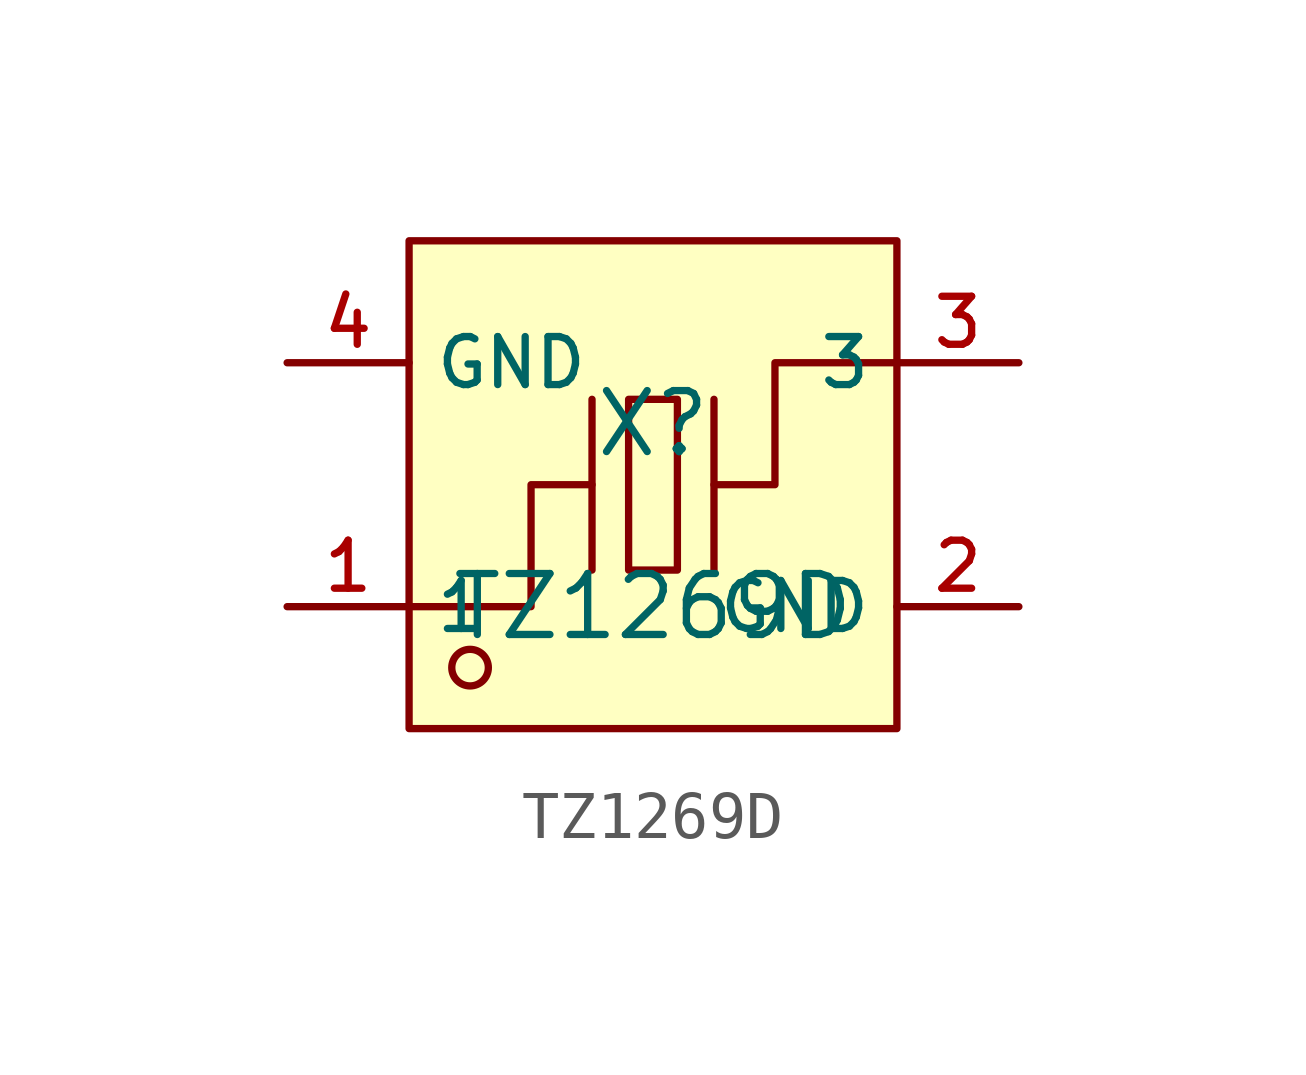
<source format=kicad_sym>
(kicad_symbol_lib
  (version 20210201)
  (generator TousstNicolas/JLC2KiCad_lib)
  (symbol "TZ1269D"
    (property "Reference" "X"
      (at 0 1.27 0)
      (effects (font (size 1.27 1.27))))
    (property "Value" "TZ1269D"
      (at 0 -2.54 0)
      (effects (font (size 1.27 1.27))))
    (symbol "TZ1269D_0_1"
      (pin input line (at -7.62 -2.54 0) (length 2.54) (name "1" (effects (font (size 1 1)))) (number "1" (effects (font (size 1 1)))))
      (pin input line (at 7.62 2.54 180) (length 2.54) (name "3" (effects (font (size 1 1)))) (number "3" (effects (font (size 1 1)))))
      (pin input line (at -7.62 2.54 0) (length 2.54) (name "GND" (effects (font (size 1 1)))) (number "4" (effects (font (size 1 1)))))
      (pin input line (at 7.62 -2.54 180) (length 2.54) (name "GND" (effects (font (size 1 1)))) (number "2" (effects (font (size 1 1)))))
      (rectangle (start -5.08 5.08) (end 5.08 -5.08) (stroke (width 0) (type default) (color 0 0 0 0)) (fill (type background)))
      (circle (center -3.81 -3.81) (radius 0.381) (stroke (width 0) (type default) (color 0 0 0 0)) (fill (type background)))
      (polyline (pts (xy -1.27 -1.778) (xy -1.27 1.778)) (stroke (width 0) (type default) (color 0 0 0 0)) (fill (type none)))
      (polyline (pts (xy 1.27 -1.778) (xy 1.27 1.778)) (stroke (width 0) (type default) (color 0 0 0 0)) (fill (type none)))
      (polyline (pts (xy -5.08 -2.54) (xy -2.54 -2.54) (xy -2.54 -0.0) (xy -1.27 -0.0)) (stroke (width 0) (type default) (color 0 0 0 0)) (fill (type none)))
      (polyline (pts (xy 5.08 2.54) (xy 2.54 2.54) (xy 2.54 -0.0) (xy 1.27 -0.0)) (stroke (width 0) (type default) (color 0 0 0 0)) (fill (type none)))
      (rectangle (start -0.508 1.778) (end 0.508 -1.778) (stroke (width 0) (type default) (color 0 0 0 0)) (fill (type background))))))
</source>
